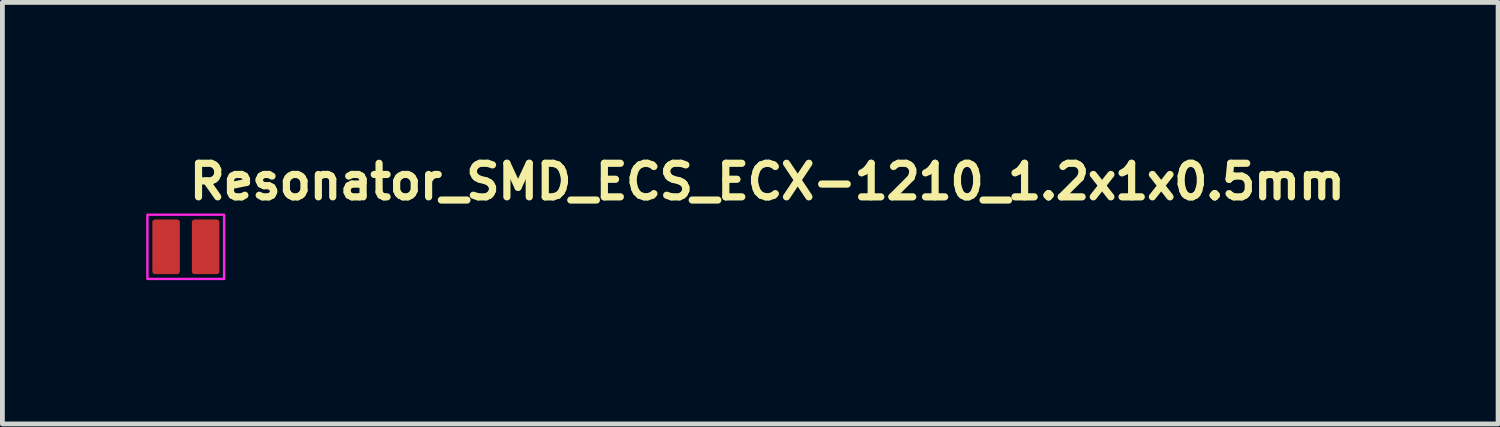
<source format=kicad_pcb>
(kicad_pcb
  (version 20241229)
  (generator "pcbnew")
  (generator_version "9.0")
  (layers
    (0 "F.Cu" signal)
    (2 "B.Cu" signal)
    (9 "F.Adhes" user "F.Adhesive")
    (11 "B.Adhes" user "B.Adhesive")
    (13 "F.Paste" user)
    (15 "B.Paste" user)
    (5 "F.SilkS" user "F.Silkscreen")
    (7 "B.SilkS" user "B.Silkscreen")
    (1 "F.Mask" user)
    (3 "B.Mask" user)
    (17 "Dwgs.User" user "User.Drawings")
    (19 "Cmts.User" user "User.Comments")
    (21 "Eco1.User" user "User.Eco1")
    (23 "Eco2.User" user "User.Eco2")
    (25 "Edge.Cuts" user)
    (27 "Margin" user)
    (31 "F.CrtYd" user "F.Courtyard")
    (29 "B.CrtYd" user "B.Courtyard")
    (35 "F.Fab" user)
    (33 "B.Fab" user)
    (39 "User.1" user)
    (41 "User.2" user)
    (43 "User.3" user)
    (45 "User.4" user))
  (footprint "Resonator_SMD_ECS_ECX-1210_1.2x1x0.5mm"
    (layer "F.Cu")
    (at 0.825 2.099)
    (property "Reference" "Resonator_SMD_ECS_ECX-1210_1.2x1x0.5mm" (at 0.001 -0.949 0) (unlocked yes) (layer "F.SilkS") (effects (font (size 0.7 0.7) (thickness 0.15)) (justify left bottom)))
    (attr smd)
    (fp_rect (start -0.8 -0.67) (end 0.8 0.67) (stroke (width 0.05) (type solid)) (fill no) (layer "F.CrtYd"))
    (fp_rect (start -0.6 -0.5) (end 0.6 0.5) (stroke (width 0.1) (type solid)) (fill no) (layer "User.5"))
    (fp_line (start -0.6 -0.421) (end -0.6 0.421) (stroke (width 0.02) (type solid)) (layer "User.9"))
    (fp_line (start -0.6 0.421) (end -0.586 0.422) (stroke (width 0.02) (type solid)) (layer "User.9"))
    (fp_line (start -0.586 -0.422) (end -0.6 -0.421) (stroke (width 0.02) (type solid)) (layer "User.9"))
    (fp_line (start -0.586 0.422) (end -0.571 0.427) (stroke (width 0.02) (type solid)) (layer "User.9"))
    (fp_line (start -0.571 -0.427) (end -0.586 -0.422) (stroke (width 0.02) (type solid)) (layer "User.9"))
    (fp_line (start -0.571 0.427) (end -0.557 0.434) (stroke (width 0.02) (type solid)) (layer "User.9"))
    (fp_line (start -0.557 -0.434) (end -0.571 -0.427) (stroke (width 0.02) (type solid)) (layer "User.9"))
    (fp_line (start -0.557 0.434) (end -0.544 0.444) (stroke (width 0.02) (type solid)) (layer "User.9"))
    (fp_line (start -0.55 -0.4) (end -0.55 0.4) (stroke (width 0.02) (type solid)) (layer "User.9"))
    (fp_line (start -0.55 -0.4) (end -0.55 0.4) (stroke (width 0.02) (type solid)) (layer "User.9"))
    (fp_line (start -0.55 -0.4) (end -0.546 -0.418) (stroke (width 0.02) (type solid)) (layer "User.9"))
    (fp_line (start -0.55 0.4) (end -0.55 -0.4) (stroke (width 0.02) (type solid)) (layer "User.9"))
    (fp_line (start -0.546 -0.418) (end -0.542 -0.427) (stroke (width 0.02) (type solid)) (layer "User.9"))
    (fp_line (start -0.546 0.418) (end -0.55 0.4) (stroke (width 0.02) (type solid)) (layer "User.9"))
    (fp_line (start -0.544 -0.444) (end -0.557 -0.434) (stroke (width 0.02) (type solid)) (layer "User.9"))
    (fp_line (start -0.544 0.444) (end -0.534 0.457) (stroke (width 0.02) (type solid)) (layer "User.9"))
    (fp_line (start -0.542 -0.427) (end -0.535 -0.435) (stroke (width 0.02) (type solid)) (layer "User.9"))
    (fp_line (start -0.542 0.427) (end -0.546 0.418) (stroke (width 0.02) (type solid)) (layer "User.9"))
    (fp_line (start -0.535 -0.435) (end -0.527 -0.442) (stroke (width 0.02) (type solid)) (layer "User.9"))
    (fp_line (start -0.535 0.435) (end -0.542 0.427) (stroke (width 0.02) (type solid)) (layer "User.9"))
    (fp_line (start -0.534 -0.457) (end -0.544 -0.444) (stroke (width 0.02) (type solid)) (layer "User.9"))
    (fp_line (start -0.534 0.457) (end -0.527 0.471) (stroke (width 0.02) (type solid)) (layer "User.9"))
    (fp_line (start -0.527 -0.471) (end -0.534 -0.457) (stroke (width 0.02) (type solid)) (layer "User.9"))
    (fp_line (start -0.527 -0.442) (end -0.518 -0.446) (stroke (width 0.02) (type solid)) (layer "User.9"))
    (fp_line (start -0.527 0.442) (end -0.535 0.435) (stroke (width 0.02) (type solid)) (layer "User.9"))
    (fp_line (start -0.527 0.471) (end -0.522 0.486) (stroke (width 0.02) (type solid)) (layer "User.9"))
    (fp_line (start -0.522 -0.486) (end -0.527 -0.471) (stroke (width 0.02) (type solid)) (layer "User.9"))
    (fp_line (start -0.522 0.486) (end -0.521 0.5) (stroke (width 0.02) (type solid)) (layer "User.9"))
    (fp_line (start -0.521 -0.5) (end -0.522 -0.486) (stroke (width 0.02) (type solid)) (layer "User.9"))
    (fp_line (start -0.521 0.5) (end 0.521 0.5) (stroke (width 0.02) (type solid)) (layer "User.9"))
    (fp_line (start -0.518 -0.446) (end -0.5 -0.45) (stroke (width 0.02) (type solid)) (layer "User.9"))
    (fp_line (start -0.518 0.446) (end -0.527 0.442) (stroke (width 0.02) (type solid)) (layer "User.9"))
    (fp_line (start -0.5 -0.45) (end 0.5 -0.45) (stroke (width 0.02) (type solid)) (layer "User.9"))
    (fp_line (start -0.5 0.45) (end -0.518 0.446) (stroke (width 0.02) (type solid)) (layer "User.9"))
    (fp_line (start -0.5 0.45) (end 0.5 0.45) (stroke (width 0.02) (type solid)) (layer "User.9"))
    (fp_line (start -0.5 0.45) (end 0.5 0.45) (stroke (width 0.02) (type solid)) (layer "User.9"))
    (fp_line (start 0.5 -0.45) (end -0.5 -0.45) (stroke (width 0.02) (type solid)) (layer "User.9"))
    (fp_line (start 0.5 -0.45) (end -0.5 -0.45) (stroke (width 0.02) (type solid)) (layer "User.9"))
    (fp_line (start 0.5 -0.45) (end 0.518 -0.446) (stroke (width 0.02) (type solid)) (layer "User.9"))
    (fp_line (start 0.5 0.45) (end -0.5 0.45) (stroke (width 0.02) (type solid)) (layer "User.9"))
    (fp_line (start 0.518 -0.446) (end 0.527 -0.442) (stroke (width 0.02) (type solid)) (layer "User.9"))
    (fp_line (start 0.518 0.446) (end 0.5 0.45) (stroke (width 0.02) (type solid)) (layer "User.9"))
    (fp_line (start 0.521 -0.5) (end -0.521 -0.5) (stroke (width 0.02) (type solid)) (layer "User.9"))
    (fp_line (start 0.521 0.5) (end 0.522 0.486) (stroke (width 0.02) (type solid)) (layer "User.9"))
    (fp_line (start 0.522 -0.486) (end 0.521 -0.5) (stroke (width 0.02) (type solid)) (layer "User.9"))
    (fp_line (start 0.522 0.486) (end 0.527 0.471) (stroke (width 0.02) (type solid)) (layer "User.9"))
    (fp_line (start 0.527 -0.471) (end 0.522 -0.486) (stroke (width 0.02) (type solid)) (layer "User.9"))
    (fp_line (start 0.527 -0.442) (end 0.535 -0.435) (stroke (width 0.02) (type solid)) (layer "User.9"))
    (fp_line (start 0.527 0.442) (end 0.518 0.446) (stroke (width 0.02) (type solid)) (layer "User.9"))
    (fp_line (start 0.527 0.471) (end 0.534 0.457) (stroke (width 0.02) (type solid)) (layer "User.9"))
    (fp_line (start 0.534 -0.457) (end 0.527 -0.471) (stroke (width 0.02) (type solid)) (layer "User.9"))
    (fp_line (start 0.534 0.457) (end 0.544 0.444) (stroke (width 0.02) (type solid)) (layer "User.9"))
    (fp_line (start 0.535 -0.435) (end 0.542 -0.427) (stroke (width 0.02) (type solid)) (layer "User.9"))
    (fp_line (start 0.535 0.435) (end 0.527 0.442) (stroke (width 0.02) (type solid)) (layer "User.9"))
    (fp_line (start 0.542 -0.427) (end 0.546 -0.418) (stroke (width 0.02) (type solid)) (layer "User.9"))
    (fp_line (start 0.542 0.427) (end 0.535 0.435) (stroke (width 0.02) (type solid)) (layer "User.9"))
    (fp_line (start 0.544 -0.444) (end 0.534 -0.457) (stroke (width 0.02) (type solid)) (layer "User.9"))
    (fp_line (start 0.544 0.444) (end 0.557 0.434) (stroke (width 0.02) (type solid)) (layer "User.9"))
    (fp_line (start 0.546 -0.418) (end 0.55 -0.4) (stroke (width 0.02) (type solid)) (layer "User.9"))
    (fp_line (start 0.546 0.418) (end 0.542 0.427) (stroke (width 0.02) (type solid)) (layer "User.9"))
    (fp_line (start 0.55 -0.4) (end 0.55 0.4) (stroke (width 0.02) (type solid)) (layer "User.9"))
    (fp_line (start 0.55 0.4) (end 0.546 0.418) (stroke (width 0.02) (type solid)) (layer "User.9"))
    (fp_line (start 0.55 0.4) (end 0.55 -0.4) (stroke (width 0.02) (type solid)) (layer "User.9"))
    (fp_line (start 0.55 0.4) (end 0.55 -0.4) (stroke (width 0.02) (type solid)) (layer "User.9"))
    (fp_line (start 0.557 -0.434) (end 0.544 -0.444) (stroke (width 0.02) (type solid)) (layer "User.9"))
    (fp_line (start 0.557 0.434) (end 0.571 0.427) (stroke (width 0.02) (type solid)) (layer "User.9"))
    (fp_line (start 0.571 -0.427) (end 0.557 -0.434) (stroke (width 0.02) (type solid)) (layer "User.9"))
    (fp_line (start 0.571 0.427) (end 0.586 0.422) (stroke (width 0.02) (type solid)) (layer "User.9"))
    (fp_line (start 0.586 -0.422) (end 0.571 -0.427) (stroke (width 0.02) (type solid)) (layer "User.9"))
    (fp_line (start 0.586 0.422) (end 0.6 0.421) (stroke (width 0.02) (type solid)) (layer "User.9"))
    (fp_line (start 0.6 -0.421) (end 0.586 -0.422) (stroke (width 0.02) (type solid)) (layer "User.9"))
    (fp_line (start 0.6 0.421) (end 0.6 -0.421) (stroke (width 0.02) (type solid)) (layer "User.9"))
    (pad "1" smd roundrect (at -0.41 0 180) (size 0.575 1.14) (layers "F.Cu" "F.Mask" "F.Paste") (roundrect_rratio 0.1) (chamfer_ratio 0.2) (chamfer))
    (pad "2" smd roundrect (at 0.415 0 180) (size 0.575 1.14) (layers "F.Cu" "F.Mask" "F.Paste") (roundrect_rratio 0.1)))
  (gr_rect
    (start -3 -3)
    (end 28.203 5.794)
    (stroke (width 0.1) (type default))
    (fill no)
    (layer "Edge.Cuts")))
</source>
